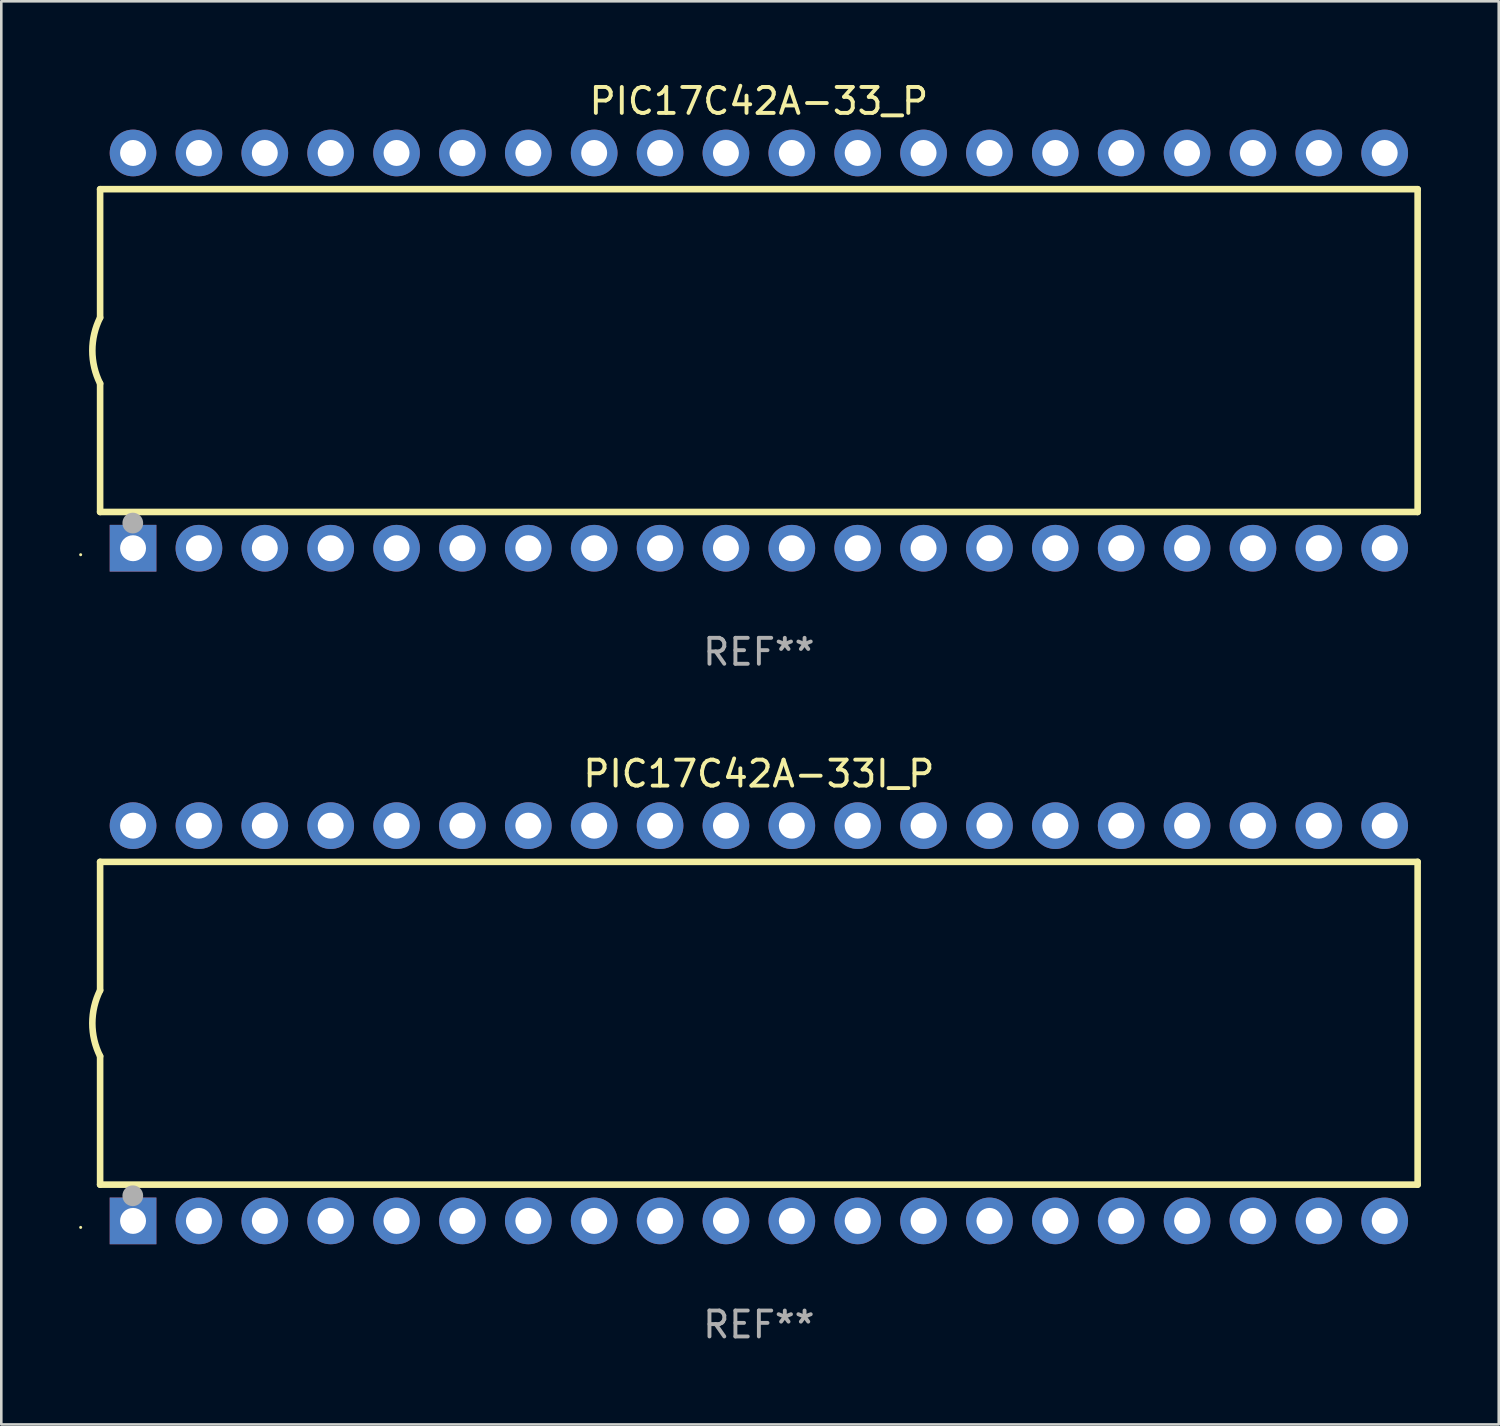
<source format=kicad_pcb>
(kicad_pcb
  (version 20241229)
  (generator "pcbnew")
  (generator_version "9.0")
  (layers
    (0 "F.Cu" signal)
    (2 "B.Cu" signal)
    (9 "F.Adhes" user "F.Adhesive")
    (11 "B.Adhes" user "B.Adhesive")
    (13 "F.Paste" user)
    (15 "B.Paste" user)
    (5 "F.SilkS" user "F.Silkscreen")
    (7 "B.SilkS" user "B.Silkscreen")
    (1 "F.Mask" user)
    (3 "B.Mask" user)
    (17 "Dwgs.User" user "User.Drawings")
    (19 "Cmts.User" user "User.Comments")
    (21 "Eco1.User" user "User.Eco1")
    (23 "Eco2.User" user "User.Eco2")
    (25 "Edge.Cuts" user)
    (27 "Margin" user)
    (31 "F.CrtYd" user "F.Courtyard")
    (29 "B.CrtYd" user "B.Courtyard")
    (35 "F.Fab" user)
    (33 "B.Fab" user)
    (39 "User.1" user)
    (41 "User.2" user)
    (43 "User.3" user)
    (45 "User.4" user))
  (footprint "PIC17C42A-33I_P"
    (layer "F.Cu")
    (at 26.21 36.405)
    (property "Reference" "PIC17C42A-33I_P" (at 0 -9.62 0) (layer "F.SilkS") (effects (font (size 1 1) (thickness 0.15))))
    (attr through_hole)
    (fp_line (start -25.4 -6.224) (end -25.4 -1.271) (stroke (width 0.254) (type solid)) (layer "F.SilkS"))
    (fp_line (start -25.4 -6.224) (end 25.4 -6.224) (stroke (width 0.254) (type solid)) (layer "F.SilkS"))
    (fp_line (start -25.4 1.269) (end -25.4 6.222) (stroke (width 0.254) (type solid)) (layer "F.SilkS"))
    (fp_line (start -25.4 6.222) (end 25.4 6.222) (stroke (width 0.254) (type solid)) (layer "F.SilkS"))
    (fp_line (start 25.4 6.222) (end 25.4 -6.224) (stroke (width 0.254) (type solid)) (layer "F.SilkS"))
    (fp_arc (start -25.4 1.269241) (mid -25.699807 -0.000762) (end -25.4 -1.270765) (stroke (width 0.254001) (type solid)) (layer "F.SilkS"))
    (fp_circle (center -26.15 7.87) (end -26.12 7.87) (stroke (width 0.06) (type solid)) (fill no) (layer "F.SilkS"))
    (fp_circle (center -24.14 6.65) (end -23.94 6.65) (stroke (width 0.4) (type solid)) (fill no) (layer "F.Fab"))
    (fp_text user "REF**" (at 0 11.62 0) (layer "F.Fab") (effects (font (size 1 1) (thickness 0.15))))
    (pad "1" thru_hole rect (at -24.13 7.62 90) (size 1.8 1.8) (drill 1) (layers "*.Cu" "*.Mask"))
    (pad "2" thru_hole circle (at -21.59 7.62) (size 1.8 1.8) (drill 1) (layers "*.Cu" "*.Mask"))
    (pad "3" thru_hole circle (at -19.05 7.62) (size 1.8 1.8) (drill 1) (layers "*.Cu" "*.Mask"))
    (pad "4" thru_hole circle (at -16.51 7.62) (size 1.8 1.8) (drill 1) (layers "*.Cu" "*.Mask"))
    (pad "5" thru_hole circle (at -13.97 7.62) (size 1.8 1.8) (drill 1) (layers "*.Cu" "*.Mask"))
    (pad "6" thru_hole circle (at -11.43 7.62) (size 1.8 1.8) (drill 1) (layers "*.Cu" "*.Mask"))
    (pad "7" thru_hole circle (at -8.89 7.62) (size 1.8 1.8) (drill 1) (layers "*.Cu" "*.Mask"))
    (pad "8" thru_hole circle (at -6.35 7.62) (size 1.8 1.8) (drill 1) (layers "*.Cu" "*.Mask"))
    (pad "9" thru_hole circle (at -3.81 7.62) (size 1.8 1.8) (drill 1) (layers "*.Cu" "*.Mask"))
    (pad "10" thru_hole circle (at -1.27 7.62) (size 1.8 1.8) (drill 1) (layers "*.Cu" "*.Mask"))
    (pad "11" thru_hole circle (at 1.27 7.62) (size 1.8 1.8) (drill 1) (layers "*.Cu" "*.Mask"))
    (pad "12" thru_hole circle (at 3.81 7.62) (size 1.8 1.8) (drill 1) (layers "*.Cu" "*.Mask"))
    (pad "13" thru_hole circle (at 6.35 7.62) (size 1.8 1.8) (drill 1) (layers "*.Cu" "*.Mask"))
    (pad "14" thru_hole circle (at 8.89 7.62) (size 1.8 1.8) (drill 1) (layers "*.Cu" "*.Mask"))
    (pad "15" thru_hole circle (at 11.43 7.62) (size 1.8 1.8) (drill 1) (layers "*.Cu" "*.Mask"))
    (pad "16" thru_hole circle (at 13.97 7.62) (size 1.8 1.8) (drill 1) (layers "*.Cu" "*.Mask"))
    (pad "17" thru_hole circle (at 16.51 7.62) (size 1.8 1.8) (drill 1) (layers "*.Cu" "*.Mask"))
    (pad "18" thru_hole circle (at 19.05 7.62) (size 1.8 1.8) (drill 1) (layers "*.Cu" "*.Mask"))
    (pad "19" thru_hole circle (at 21.59 7.62) (size 1.8 1.8) (drill 1) (layers "*.Cu" "*.Mask"))
    (pad "20" thru_hole circle (at 24.13 7.62) (size 1.8 1.8) (drill 1) (layers "*.Cu" "*.Mask"))
    (pad "21" thru_hole circle (at 24.13 -7.62) (size 1.8 1.8) (drill 1) (layers "*.Cu" "*.Mask"))
    (pad "22" thru_hole circle (at 21.59 -7.62) (size 1.8 1.8) (drill 1) (layers "*.Cu" "*.Mask"))
    (pad "23" thru_hole circle (at 19.05 -7.62) (size 1.8 1.8) (drill 1) (layers "*.Cu" "*.Mask"))
    (pad "24" thru_hole circle (at 16.51 -7.62) (size 1.8 1.8) (drill 1) (layers "*.Cu" "*.Mask"))
    (pad "25" thru_hole circle (at 13.97 -7.62) (size 1.8 1.8) (drill 1) (layers "*.Cu" "*.Mask"))
    (pad "26" thru_hole circle (at 11.43 -7.62) (size 1.8 1.8) (drill 1) (layers "*.Cu" "*.Mask"))
    (pad "27" thru_hole circle (at 8.89 -7.62) (size 1.8 1.8) (drill 1) (layers "*.Cu" "*.Mask"))
    (pad "28" thru_hole circle (at 6.35 -7.62) (size 1.8 1.8) (drill 1) (layers "*.Cu" "*.Mask"))
    (pad "29" thru_hole circle (at 3.81 -7.62) (size 1.8 1.8) (drill 1) (layers "*.Cu" "*.Mask"))
    (pad "30" thru_hole circle (at 1.27 -7.62) (size 1.8 1.8) (drill 1) (layers "*.Cu" "*.Mask"))
    (pad "31" thru_hole circle (at -1.27 -7.62) (size 1.8 1.8) (drill 1) (layers "*.Cu" "*.Mask"))
    (pad "32" thru_hole circle (at -3.81 -7.62) (size 1.8 1.8) (drill 1) (layers "*.Cu" "*.Mask"))
    (pad "33" thru_hole circle (at -6.35 -7.62) (size 1.8 1.8) (drill 1) (layers "*.Cu" "*.Mask"))
    (pad "34" thru_hole circle (at -8.89 -7.62) (size 1.8 1.8) (drill 1) (layers "*.Cu" "*.Mask"))
    (pad "35" thru_hole circle (at -11.43 -7.62) (size 1.8 1.8) (drill 1) (layers "*.Cu" "*.Mask"))
    (pad "36" thru_hole circle (at -13.97 -7.62) (size 1.8 1.8) (drill 1) (layers "*.Cu" "*.Mask"))
    (pad "37" thru_hole circle (at -16.51 -7.62) (size 1.8 1.8) (drill 1) (layers "*.Cu" "*.Mask"))
    (pad "38" thru_hole circle (at -19.05 -7.62) (size 1.8 1.8) (drill 1) (layers "*.Cu" "*.Mask"))
    (pad "39" thru_hole circle (at -21.59 -7.62) (size 1.8 1.8) (drill 1) (layers "*.Cu" "*.Mask"))
    (pad "40" thru_hole circle (at -24.13 -7.62) (size 1.8 1.8) (drill 1) (layers "*.Cu" "*.Mask")))
  (footprint "PIC17C42A-33_P"
    (layer "F.Cu")
    (at 26.21 10.468)
    (property "Reference" "PIC17C42A-33_P" (at 0 -9.62 0) (layer "F.SilkS") (effects (font (size 1 1) (thickness 0.15))))
    (attr through_hole)
    (fp_line (start -25.4 -6.224) (end -25.4 -1.271) (stroke (width 0.254) (type solid)) (layer "F.SilkS"))
    (fp_line (start -25.4 -6.224) (end 25.4 -6.224) (stroke (width 0.254) (type solid)) (layer "F.SilkS"))
    (fp_line (start -25.4 1.269) (end -25.4 6.222) (stroke (width 0.254) (type solid)) (layer "F.SilkS"))
    (fp_line (start -25.4 6.222) (end 25.4 6.222) (stroke (width 0.254) (type solid)) (layer "F.SilkS"))
    (fp_line (start 25.4 6.222) (end 25.4 -6.224) (stroke (width 0.254) (type solid)) (layer "F.SilkS"))
    (fp_arc (start -25.4 1.269241) (mid -25.699807 -0.000762) (end -25.4 -1.270765) (stroke (width 0.254001) (type solid)) (layer "F.SilkS"))
    (fp_circle (center -26.15 7.87) (end -26.12 7.87) (stroke (width 0.06) (type solid)) (fill no) (layer "F.SilkS"))
    (fp_circle (center -24.14 6.65) (end -23.94 6.65) (stroke (width 0.4) (type solid)) (fill no) (layer "F.Fab"))
    (fp_text user "REF**" (at 0 11.62 0) (layer "F.Fab") (effects (font (size 1 1) (thickness 0.15))))
    (pad "1" thru_hole rect (at -24.13 7.62 90) (size 1.8 1.8) (drill 1) (layers "*.Cu" "*.Mask"))
    (pad "2" thru_hole circle (at -21.59 7.62) (size 1.8 1.8) (drill 1) (layers "*.Cu" "*.Mask"))
    (pad "3" thru_hole circle (at -19.05 7.62) (size 1.8 1.8) (drill 1) (layers "*.Cu" "*.Mask"))
    (pad "4" thru_hole circle (at -16.51 7.62) (size 1.8 1.8) (drill 1) (layers "*.Cu" "*.Mask"))
    (pad "5" thru_hole circle (at -13.97 7.62) (size 1.8 1.8) (drill 1) (layers "*.Cu" "*.Mask"))
    (pad "6" thru_hole circle (at -11.43 7.62) (size 1.8 1.8) (drill 1) (layers "*.Cu" "*.Mask"))
    (pad "7" thru_hole circle (at -8.89 7.62) (size 1.8 1.8) (drill 1) (layers "*.Cu" "*.Mask"))
    (pad "8" thru_hole circle (at -6.35 7.62) (size 1.8 1.8) (drill 1) (layers "*.Cu" "*.Mask"))
    (pad "9" thru_hole circle (at -3.81 7.62) (size 1.8 1.8) (drill 1) (layers "*.Cu" "*.Mask"))
    (pad "10" thru_hole circle (at -1.27 7.62) (size 1.8 1.8) (drill 1) (layers "*.Cu" "*.Mask"))
    (pad "11" thru_hole circle (at 1.27 7.62) (size 1.8 1.8) (drill 1) (layers "*.Cu" "*.Mask"))
    (pad "12" thru_hole circle (at 3.81 7.62) (size 1.8 1.8) (drill 1) (layers "*.Cu" "*.Mask"))
    (pad "13" thru_hole circle (at 6.35 7.62) (size 1.8 1.8) (drill 1) (layers "*.Cu" "*.Mask"))
    (pad "14" thru_hole circle (at 8.89 7.62) (size 1.8 1.8) (drill 1) (layers "*.Cu" "*.Mask"))
    (pad "15" thru_hole circle (at 11.43 7.62) (size 1.8 1.8) (drill 1) (layers "*.Cu" "*.Mask"))
    (pad "16" thru_hole circle (at 13.97 7.62) (size 1.8 1.8) (drill 1) (layers "*.Cu" "*.Mask"))
    (pad "17" thru_hole circle (at 16.51 7.62) (size 1.8 1.8) (drill 1) (layers "*.Cu" "*.Mask"))
    (pad "18" thru_hole circle (at 19.05 7.62) (size 1.8 1.8) (drill 1) (layers "*.Cu" "*.Mask"))
    (pad "19" thru_hole circle (at 21.59 7.62) (size 1.8 1.8) (drill 1) (layers "*.Cu" "*.Mask"))
    (pad "20" thru_hole circle (at 24.13 7.62) (size 1.8 1.8) (drill 1) (layers "*.Cu" "*.Mask"))
    (pad "21" thru_hole circle (at 24.13 -7.62) (size 1.8 1.8) (drill 1) (layers "*.Cu" "*.Mask"))
    (pad "22" thru_hole circle (at 21.59 -7.62) (size 1.8 1.8) (drill 1) (layers "*.Cu" "*.Mask"))
    (pad "23" thru_hole circle (at 19.05 -7.62) (size 1.8 1.8) (drill 1) (layers "*.Cu" "*.Mask"))
    (pad "24" thru_hole circle (at 16.51 -7.62) (size 1.8 1.8) (drill 1) (layers "*.Cu" "*.Mask"))
    (pad "25" thru_hole circle (at 13.97 -7.62) (size 1.8 1.8) (drill 1) (layers "*.Cu" "*.Mask"))
    (pad "26" thru_hole circle (at 11.43 -7.62) (size 1.8 1.8) (drill 1) (layers "*.Cu" "*.Mask"))
    (pad "27" thru_hole circle (at 8.89 -7.62) (size 1.8 1.8) (drill 1) (layers "*.Cu" "*.Mask"))
    (pad "28" thru_hole circle (at 6.35 -7.62) (size 1.8 1.8) (drill 1) (layers "*.Cu" "*.Mask"))
    (pad "29" thru_hole circle (at 3.81 -7.62) (size 1.8 1.8) (drill 1) (layers "*.Cu" "*.Mask"))
    (pad "30" thru_hole circle (at 1.27 -7.62) (size 1.8 1.8) (drill 1) (layers "*.Cu" "*.Mask"))
    (pad "31" thru_hole circle (at -1.27 -7.62) (size 1.8 1.8) (drill 1) (layers "*.Cu" "*.Mask"))
    (pad "32" thru_hole circle (at -3.81 -7.62) (size 1.8 1.8) (drill 1) (layers "*.Cu" "*.Mask"))
    (pad "33" thru_hole circle (at -6.35 -7.62) (size 1.8 1.8) (drill 1) (layers "*.Cu" "*.Mask"))
    (pad "34" thru_hole circle (at -8.89 -7.62) (size 1.8 1.8) (drill 1) (layers "*.Cu" "*.Mask"))
    (pad "35" thru_hole circle (at -11.43 -7.62) (size 1.8 1.8) (drill 1) (layers "*.Cu" "*.Mask"))
    (pad "36" thru_hole circle (at -13.97 -7.62) (size 1.8 1.8) (drill 1) (layers "*.Cu" "*.Mask"))
    (pad "37" thru_hole circle (at -16.51 -7.62) (size 1.8 1.8) (drill 1) (layers "*.Cu" "*.Mask"))
    (pad "38" thru_hole circle (at -19.05 -7.62) (size 1.8 1.8) (drill 1) (layers "*.Cu" "*.Mask"))
    (pad "39" thru_hole circle (at -21.59 -7.62) (size 1.8 1.8) (drill 1) (layers "*.Cu" "*.Mask"))
    (pad "40" thru_hole circle (at -24.13 -7.62) (size 1.8 1.8) (drill 1) (layers "*.Cu" "*.Mask")))
  (gr_rect
    (start -3 -3)
    (end 54.737 51.873)
    (stroke (width 0.1) (type default))
    (fill no)
    (layer "Edge.Cuts")))
</source>
